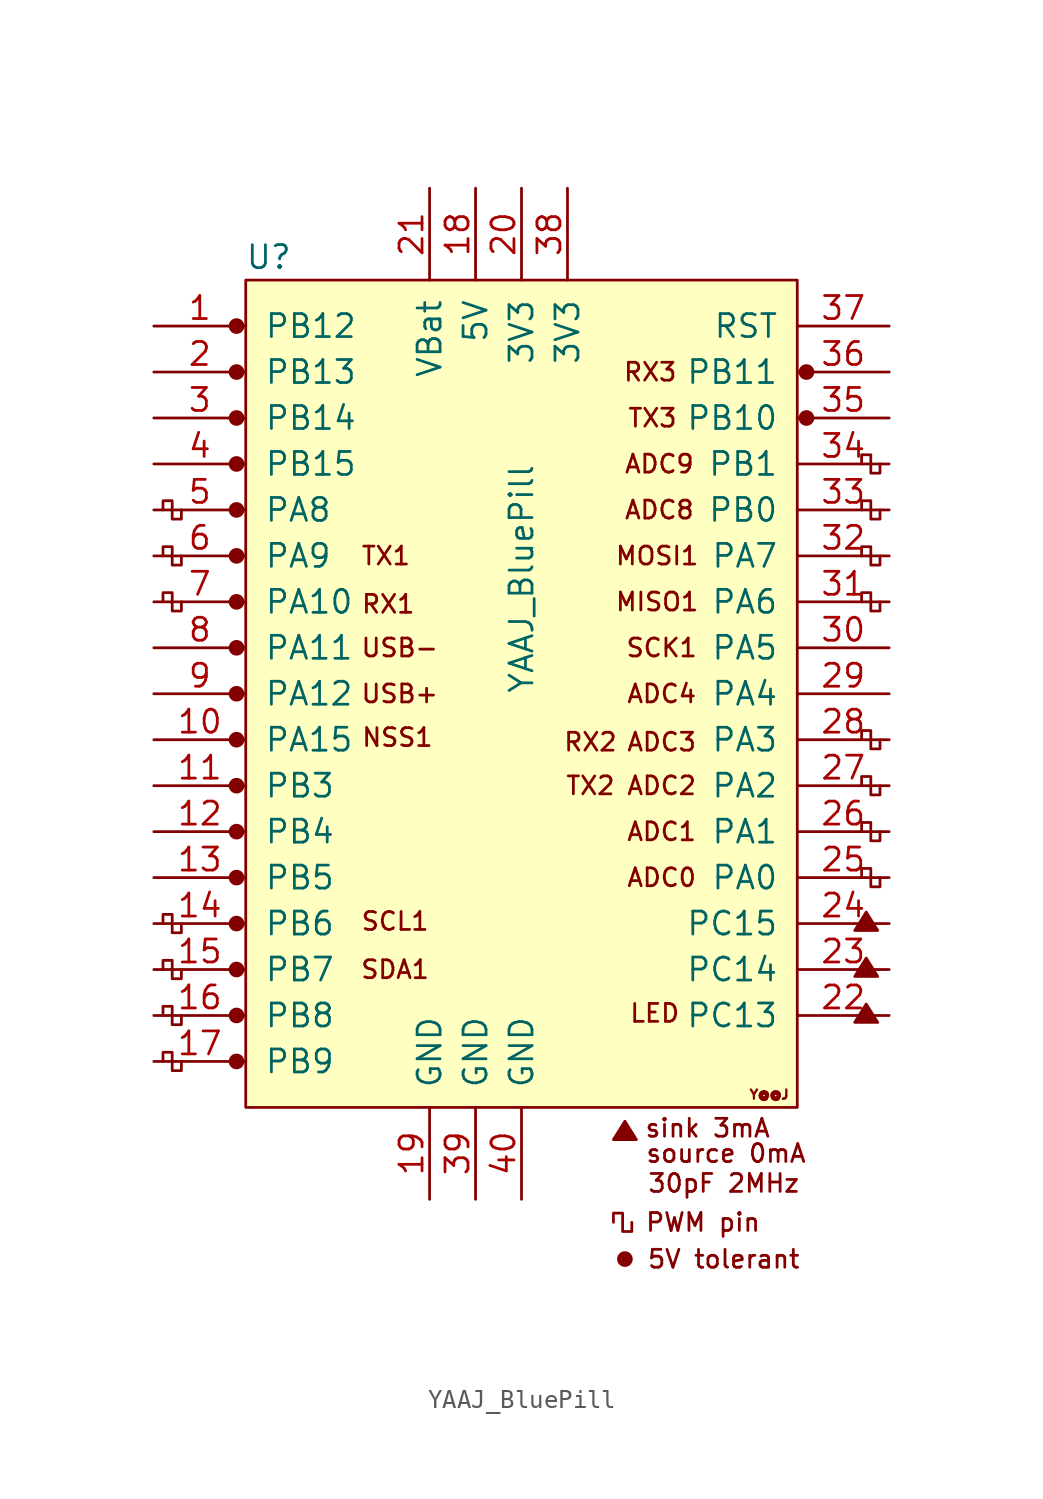
<source format=kicad_sym>
(kicad_symbol_lib
  (version 20241209)
  (generator "kicad_symbol_editor")
  (generator_version "9.0")
  (symbol "YAAJ_BluePill"
    (pin_names
      (offset 1.016))
    (property "Reference" "U"
      (at -13.97 24.13 0)
      (effects (font (size 1.27 1.27))))
    (property "Value" "YAAJ_BluePill"
      (at 0 6.35 90)
      (effects (font (size 1.27 1.27))))
    (symbol "YAAJ_BluePill_0_0"
      (circle (center -15.748 20.32) (radius 0.356) (stroke (width 0) (type solid)) (fill (type outline)))
      (circle (center -15.748 15.24) (radius 0.356) (stroke (width 0) (type solid)) (fill (type outline)))
      (circle (center -15.748 12.7) (radius 0.356) (stroke (width 0) (type solid)) (fill (type outline)))
      (circle (center -15.748 10.16) (radius 0.356) (stroke (width 0) (type solid)) (fill (type outline)))
      (circle (center -15.748 7.62) (radius 0.356) (stroke (width 0) (type solid)) (fill (type outline)))
      (circle (center -15.748 5.08) (radius 0.356) (stroke (width 0) (type solid)) (fill (type outline)))
      (circle (center -15.748 2.54) (radius 0.356) (stroke (width 0) (type solid)) (fill (type outline)))
      (circle (center -15.748 0) (radius 0.356) (stroke (width 0) (type solid)) (fill (type outline)))
      (circle (center -15.748 -2.54) (radius 0.356) (stroke (width 0) (type solid)) (fill (type outline)))
      (circle (center -15.748 -5.08) (radius 0.356) (stroke (width 0) (type solid)) (fill (type outline)))
      (circle (center -15.748 -7.62) (radius 0.356) (stroke (width 0) (type solid)) (fill (type outline)))
      (circle (center -15.748 -10.16) (radius 0.356) (stroke (width 0) (type solid)) (fill (type outline)))
      (circle (center -15.748 -12.7) (radius 0.356) (stroke (width 0) (type solid)) (fill (type outline)))
      (circle (center -15.748 -15.24) (radius 0.356) (stroke (width 0) (type solid)) (fill (type outline)))
      (circle (center -15.748 -17.78) (radius 0.356) (stroke (width 0) (type solid)) (fill (type outline)))
      (circle (center -15.748 -20.32) (radius 0.356) (stroke (width 0) (type solid)) (fill (type outline)))
      (polyline (pts (xy 5.08 -24.638) (xy 5.715 -23.622) (xy 6.35 -24.638) (xy 5.08 -24.638) (xy 5.715 -23.749) (xy 6.223 -24.638) (xy 5.207 -24.511) (xy 5.715 -23.876) (xy 6.096 -24.638) (xy 5.334 -24.384) (xy 5.842 -24.003) (xy 5.969 -24.638) (xy 5.461 -24.257) (xy 5.969 -24.13) (xy 5.842 -24.511) (xy 5.588 -24.257) (xy 5.842 -24.384) (xy 5.715 -24.13)) (stroke (width 0) (type solid)) (fill (type none)))
      (circle (center 5.715 -31.242) (radius 0.127) (stroke (width 0) (type solid)) (fill (type outline)))
      (circle (center 5.715 -31.242) (radius 0.254) (stroke (width 0) (type solid)) (fill (type none)))
      (circle (center 5.715 -31.242) (radius 0.356) (stroke (width 0) (type solid)) (fill (type none)))
      (circle (center 15.748 17.78) (radius 0.254) (stroke (width 0) (type solid)) (fill (type outline)))
      (circle (center 15.748 17.78) (radius 0.356) (stroke (width 0) (type solid)) (fill (type none)))
      (circle (center 15.748 15.24) (radius 0.254) (stroke (width 0) (type solid)) (fill (type outline)))
      (circle (center 15.748 15.24) (radius 0.356) (stroke (width 0) (type solid)) (fill (type none)))
      (polyline (pts (xy 18.415 -13.081) (xy 19.05 -12.065) (xy 19.685 -13.081) (xy 18.415 -13.081) (xy 19.05 -12.192) (xy 19.558 -13.081) (xy 18.542 -12.954) (xy 19.05 -12.319) (xy 19.431 -13.081) (xy 18.669 -12.827) (xy 19.177 -12.446) (xy 19.304 -13.081) (xy 18.796 -12.7) (xy 19.304 -12.573) (xy 19.177 -12.954) (xy 18.923 -12.7) (xy 19.177 -12.827) (xy 19.05 -12.573)) (stroke (width 0) (type solid)) (fill (type none)))
      (polyline (pts (xy 18.415 -15.621) (xy 19.05 -14.605) (xy 19.685 -15.621) (xy 18.415 -15.621) (xy 19.05 -14.732) (xy 19.558 -15.621) (xy 18.542 -15.494) (xy 19.05 -14.859) (xy 19.431 -15.621) (xy 18.669 -15.367) (xy 19.177 -14.986) (xy 19.304 -15.621) (xy 18.796 -15.24) (xy 19.304 -15.113) (xy 19.177 -15.494) (xy 18.923 -15.24) (xy 19.177 -15.367) (xy 19.05 -15.113)) (stroke (width 0) (type solid)) (fill (type none)))
      (polyline (pts (xy 18.415 -18.161) (xy 19.05 -17.145) (xy 19.685 -18.161) (xy 18.415 -18.161) (xy 19.05 -17.272) (xy 19.558 -18.161) (xy 18.542 -18.034) (xy 19.05 -17.399) (xy 19.431 -18.161) (xy 18.669 -17.907) (xy 19.177 -17.526) (xy 19.304 -18.161) (xy 18.796 -17.78) (xy 19.304 -17.653) (xy 19.177 -18.034) (xy 18.923 -17.78) (xy 19.177 -17.907) (xy 19.05 -17.653)) (stroke (width 0) (type solid)) (fill (type none)))
      (text "TX1" (at -7.493 7.62 0) (effects (font (size 0.991 0.991))))
      (text "RX1" (at -7.366 4.953 0) (effects (font (size 0.991 0.991))))
      (text "SCL1" (at -6.985 -12.573 0) (effects (font (size 0.991 0.991))))
      (text "SDA1" (at -6.985 -15.24 0) (effects (font (size 0.991 0.991))))
      (text "NSS1" (at -6.858 -2.413 0) (effects (font (size 0.991 0.991))))
      (text "USB-" (at -6.731 2.54 0) (effects (font (size 0.991 0.991))))
      (text "USB+" (at -6.731 0 0) (effects (font (size 0.991 0.991))))
      (text "RX2" (at 3.81 -2.667 0) (effects (font (size 0.991 0.991))))
      (text "TX2" (at 3.81 -5.08 0) (effects (font (size 0.991 0.991))))
      (text "RX3" (at 7.112 17.78 0) (effects (font (size 0.991 0.991))))
      (text "TX3" (at 7.239 15.24 0) (effects (font (size 0.991 0.991))))
      (text "LED" (at 7.366 -17.653 0) (effects (font (size 0.991 0.991))))
      (text "MOSI1" (at 7.493 7.62 0) (effects (font (size 0.991 0.991))))
      (text "MISO1" (at 7.493 5.08 0) (effects (font (size 0.991 0.991))))
      (text "ADC9" (at 7.62 12.7 0) (effects (font (size 0.991 0.991))))
      (text "ADC8" (at 7.62 10.16 0) (effects (font (size 0.991 0.991))))
      (text "SCK1" (at 7.747 2.54 0) (effects (font (size 0.991 0.991))))
      (text "ADC4" (at 7.747 0 0) (effects (font (size 0.991 0.991))))
      (text "ADC3" (at 7.747 -2.667 0) (effects (font (size 0.991 0.991))))
      (text "ADC2" (at 7.747 -5.08 0) (effects (font (size 0.991 0.991))))
      (text "ADC1" (at 7.747 -7.62 0) (effects (font (size 0.991 0.991))))
      (text "ADC0" (at 7.747 -10.16 0) (effects (font (size 0.991 0.991))))
      (text "PWM pin" (at 10.033 -29.21 0) (effects (font (size 0.991 0.991))))
      (text "sink 3mA" (at 10.287 -24.003 0) (effects (font (size 0.991 0.991))))
      (text "30pF 2MHz" (at 11.176 -27.051 0) (effects (font (size 0.991 0.991))))
      (text "5V tolerant" (at 11.176 -31.242 0) (effects (font (size 0.991 0.991))))
      (text "source 0mA" (at 11.303 -25.4 0) (effects (font (size 0.991 0.991))))
      (text "Y@@J" (at 13.691 -22.149 0) (effects (font (size 0.508 0.508)))))
    (symbol "YAAJ_BluePill_0_1"
      (polyline (pts (xy -18.796 10.16) (xy -18.796 9.652) (xy -19.304 9.652) (xy -19.304 10.668) (xy -19.812 10.668) (xy -19.812 10.16)) (stroke (width 0) (type solid)) (fill (type none)))
      (polyline (pts (xy -18.796 7.62) (xy -18.796 7.112) (xy -19.304 7.112) (xy -19.304 8.128) (xy -19.812 8.128) (xy -19.812 7.62)) (stroke (width 0) (type solid)) (fill (type none)))
      (polyline (pts (xy -18.796 5.08) (xy -18.796 4.572) (xy -19.304 4.572) (xy -19.304 5.588) (xy -19.812 5.588) (xy -19.812 5.08)) (stroke (width 0) (type solid)) (fill (type none)))
      (polyline (pts (xy -18.796 -12.7) (xy -18.796 -13.208) (xy -19.304 -13.208) (xy -19.304 -12.192) (xy -19.812 -12.192) (xy -19.812 -12.7)) (stroke (width 0) (type solid)) (fill (type none)))
      (polyline (pts (xy -18.796 -15.24) (xy -18.796 -15.748) (xy -19.304 -15.748) (xy -19.304 -14.732) (xy -19.812 -14.732) (xy -19.812 -15.24)) (stroke (width 0) (type solid)) (fill (type none)))
      (polyline (pts (xy -18.796 -17.78) (xy -18.796 -18.288) (xy -19.304 -18.288) (xy -19.304 -17.272) (xy -19.812 -17.272) (xy -19.812 -17.78)) (stroke (width 0) (type solid)) (fill (type none)))
      (polyline (pts (xy -18.796 -20.32) (xy -18.796 -20.828) (xy -19.304 -20.828) (xy -19.304 -19.812) (xy -19.812 -19.812) (xy -19.812 -20.32)) (stroke (width 0) (type solid)) (fill (type none)))
      (rectangle (start -15.24 22.86) (end 15.24 -22.86) (stroke (width 0) (type solid)) (fill (type background)))
      (polyline (pts (xy 6.096 -29.21) (xy 6.096 -29.718) (xy 5.588 -29.718) (xy 5.588 -28.702) (xy 5.08 -28.702) (xy 5.08 -29.21)) (stroke (width 0) (type solid)) (fill (type none)))
      (polyline (pts (xy 19.812 12.7) (xy 19.812 12.192) (xy 19.304 12.192) (xy 19.304 13.208) (xy 18.796 13.208) (xy 18.796 12.7)) (stroke (width 0) (type solid)) (fill (type none)))
      (polyline (pts (xy 19.812 10.16) (xy 19.812 9.652) (xy 19.304 9.652) (xy 19.304 10.668) (xy 18.796 10.668) (xy 18.796 10.16)) (stroke (width 0) (type solid)) (fill (type none)))
      (polyline (pts (xy 19.812 7.62) (xy 19.812 7.112) (xy 19.304 7.112) (xy 19.304 8.128) (xy 18.796 8.128) (xy 18.796 7.62)) (stroke (width 0) (type solid)) (fill (type none)))
      (polyline (pts (xy 19.812 5.08) (xy 19.812 4.572) (xy 19.304 4.572) (xy 19.304 5.588) (xy 18.796 5.588) (xy 18.796 5.08)) (stroke (width 0) (type solid)) (fill (type none)))
      (polyline (pts (xy 19.812 -2.54) (xy 19.812 -3.048) (xy 19.304 -3.048) (xy 19.304 -2.032) (xy 18.796 -2.032) (xy 18.796 -2.54)) (stroke (width 0) (type solid)) (fill (type none)))
      (polyline (pts (xy 19.812 -5.08) (xy 19.812 -5.588) (xy 19.304 -5.588) (xy 19.304 -4.572) (xy 18.796 -4.572) (xy 18.796 -5.08)) (stroke (width 0) (type solid)) (fill (type none)))
      (polyline (pts (xy 19.812 -7.62) (xy 19.812 -8.128) (xy 19.304 -8.128) (xy 19.304 -7.112) (xy 18.796 -7.112) (xy 18.796 -7.62)) (stroke (width 0) (type solid)) (fill (type none)))
      (polyline (pts (xy 19.812 -10.16) (xy 19.812 -10.668) (xy 19.304 -10.668) (xy 19.304 -9.652) (xy 18.796 -9.652) (xy 18.796 -10.16)) (stroke (width 0) (type solid)) (fill (type none))))
    (symbol "YAAJ_BluePill_1_1"
      (circle (center -15.748 17.78) (radius 0.356) (stroke (width 0) (type solid)) (fill (type outline)))
      (pin bidirectional line (at -20.32 20.32 0) (length 5.08) (name "PB12" (effects (font (size 1.27 1.27)))) (number "1" (effects (font (size 1.27 1.27)))))
      (pin bidirectional line (at -20.32 17.78 0) (length 5.08) (name "PB13" (effects (font (size 1.27 1.27)))) (number "2" (effects (font (size 1.27 1.27)))))
      (pin bidirectional line (at -20.32 15.24 0) (length 5.08) (name "PB14" (effects (font (size 1.27 1.27)))) (number "3" (effects (font (size 1.27 1.27)))))
      (pin bidirectional line (at -20.32 12.7 0) (length 5.08) (name "PB15" (effects (font (size 1.27 1.27)))) (number "4" (effects (font (size 1.27 1.27)))))
      (pin bidirectional line (at -20.32 10.16 0) (length 5.08) (name "PA8" (effects (font (size 1.27 1.27)))) (number "5" (effects (font (size 1.27 1.27)))))
      (pin bidirectional line (at -20.32 7.62 0) (length 5.08) (name "PA9" (effects (font (size 1.27 1.27)))) (number "6" (effects (font (size 1.27 1.27)))))
      (pin bidirectional line (at -20.32 5.08 0) (length 5.08) (name "PA10" (effects (font (size 1.27 1.27)))) (number "7" (effects (font (size 1.27 1.27)))))
      (pin bidirectional line (at -20.32 2.54 0) (length 5.08) (name "PA11" (effects (font (size 1.27 1.27)))) (number "8" (effects (font (size 1.27 1.27)))))
      (pin bidirectional line (at -20.32 0 0) (length 5.08) (name "PA12" (effects (font (size 1.27 1.27)))) (number "9" (effects (font (size 1.27 1.27)))))
      (pin bidirectional line (at -20.32 -2.54 0) (length 5.08) (name "PA15" (effects (font (size 1.27 1.27)))) (number "10" (effects (font (size 1.27 1.27)))))
      (pin bidirectional line (at -20.32 -5.08 0) (length 5.08) (name "PB3" (effects (font (size 1.27 1.27)))) (number "11" (effects (font (size 1.27 1.27)))))
      (pin bidirectional line (at -20.32 -7.62 0) (length 5.08) (name "PB4" (effects (font (size 1.27 1.27)))) (number "12" (effects (font (size 1.27 1.27)))))
      (pin bidirectional line (at -20.32 -10.16 0) (length 5.08) (name "PB5" (effects (font (size 1.27 1.27)))) (number "13" (effects (font (size 1.27 1.27)))))
      (pin bidirectional line (at -20.32 -12.7 0) (length 5.08) (name "PB6" (effects (font (size 1.27 1.27)))) (number "14" (effects (font (size 1.27 1.27)))))
      (pin bidirectional line (at -20.32 -15.24 0) (length 5.08) (name "PB7" (effects (font (size 1.27 1.27)))) (number "15" (effects (font (size 1.27 1.27)))))
      (pin bidirectional line (at -20.32 -17.78 0) (length 5.08) (name "PB8" (effects (font (size 1.27 1.27)))) (number "16" (effects (font (size 1.27 1.27)))))
      (pin bidirectional line (at -20.32 -20.32 0) (length 5.08) (name "PB9" (effects (font (size 1.27 1.27)))) (number "17" (effects (font (size 1.27 1.27)))))
      (pin power_in line (at -5.08 27.94 270) (length 5.08) (name "VBat" (effects (font (size 1.27 1.27)))) (number "21" (effects (font (size 1.27 1.27)))))
      (pin power_in line (at -5.08 -27.94 90) (length 5.08) (name "GND" (effects (font (size 1.27 1.27)))) (number "19" (effects (font (size 1.27 1.27)))))
      (pin power_in line (at -2.54 27.94 270) (length 5.08) (name "5V" (effects (font (size 1.27 1.27)))) (number "18" (effects (font (size 1.27 1.27)))))
      (pin power_in line (at -2.54 -27.94 90) (length 5.08) (name "GND" (effects (font (size 1.27 1.27)))) (number "39" (effects (font (size 1.27 1.27)))))
      (pin power_in line (at 0 27.94 270) (length 5.08) (name "3V3" (effects (font (size 1.27 1.27)))) (number "20" (effects (font (size 1.27 1.27)))))
      (pin power_in line (at 0 -27.94 90) (length 5.08) (name "GND" (effects (font (size 1.27 1.27)))) (number "40" (effects (font (size 1.27 1.27)))))
      (pin power_in line (at 2.54 27.94 270) (length 5.08) (name "3V3" (effects (font (size 1.27 1.27)))) (number "38" (effects (font (size 1.27 1.27)))))
      (pin input line (at 20.32 20.32 180) (length 5.08) (name "RST" (effects (font (size 1.27 1.27)))) (number "37" (effects (font (size 1.27 1.27)))))
      (pin bidirectional line (at 20.32 17.78 180) (length 5.08) (name "PB11" (effects (font (size 1.27 1.27)))) (number "36" (effects (font (size 1.27 1.27)))))
      (pin bidirectional line (at 20.32 15.24 180) (length 5.08) (name "PB10" (effects (font (size 1.27 1.27)))) (number "35" (effects (font (size 1.27 1.27)))))
      (pin bidirectional line (at 20.32 12.7 180) (length 5.08) (name "PB1" (effects (font (size 1.27 1.27)))) (number "34" (effects (font (size 1.27 1.27)))))
      (pin bidirectional line (at 20.32 10.16 180) (length 5.08) (name "PB0" (effects (font (size 1.27 1.27)))) (number "33" (effects (font (size 1.27 1.27)))))
      (pin bidirectional line (at 20.32 7.62 180) (length 5.08) (name "PA7" (effects (font (size 1.27 1.27)))) (number "32" (effects (font (size 1.27 1.27)))))
      (pin bidirectional line (at 20.32 5.08 180) (length 5.08) (name "PA6" (effects (font (size 1.27 1.27)))) (number "31" (effects (font (size 1.27 1.27)))))
      (pin bidirectional line (at 20.32 2.54 180) (length 5.08) (name "PA5" (effects (font (size 1.27 1.27)))) (number "30" (effects (font (size 1.27 1.27)))))
      (pin bidirectional line (at 20.32 0 180) (length 5.08) (name "PA4" (effects (font (size 1.27 1.27)))) (number "29" (effects (font (size 1.27 1.27)))))
      (pin bidirectional line (at 20.32 -2.54 180) (length 5.08) (name "PA3" (effects (font (size 1.27 1.27)))) (number "28" (effects (font (size 1.27 1.27)))))
      (pin bidirectional line (at 20.32 -5.08 180) (length 5.08) (name "PA2" (effects (font (size 1.27 1.27)))) (number "27" (effects (font (size 1.27 1.27)))))
      (pin bidirectional line (at 20.32 -7.62 180) (length 5.08) (name "PA1" (effects (font (size 1.27 1.27)))) (number "26" (effects (font (size 1.27 1.27)))))
      (pin bidirectional line (at 20.32 -10.16 180) (length 5.08) (name "PA0" (effects (font (size 1.27 1.27)))) (number "25" (effects (font (size 1.27 1.27)))))
      (pin bidirectional line (at 20.32 -12.7 180) (length 5.08) (name "PC15" (effects (font (size 1.27 1.27)))) (number "24" (effects (font (size 1.27 1.27)))))
      (pin bidirectional line (at 20.32 -15.24 180) (length 5.08) (name "PC14" (effects (font (size 1.27 1.27)))) (number "23" (effects (font (size 1.27 1.27)))))
      (pin bidirectional line (at 20.32 -17.78 180) (length 5.08) (name "PC13" (effects (font (size 1.27 1.27)))) (number "22" (effects (font (size 1.27 1.27))))))))
</source>
